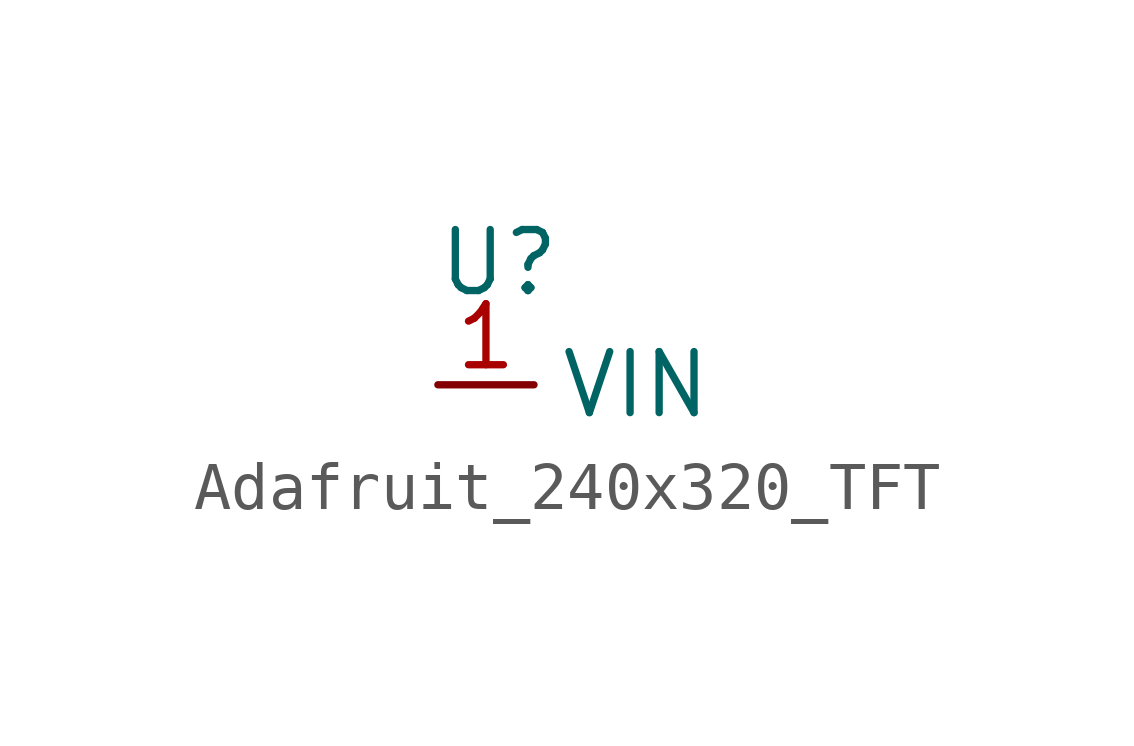
<source format=kicad_sym>
(kicad_symbol_lib
  (version 20220914)
  (generator kicad_symbol_editor)
  (symbol "Adafruit_240x320_TFT"
    (property "Reference" "U"
      (at 1.27 2.54 0)
      (effects (font (size 1.27 1.27))))
    (property "Value" ""
      (at 0 0 0)
      (effects (font (size 1.27 1.27))))
    (symbol "Adafruit_240x320_TFT_1_1"
      (pin passive line (at 0 0 0) (length 2) (name "VIN" (effects (font (size 1.27 1.27)))) (number "1" (effects (font (size 1.27 1.27))))))))
</source>
